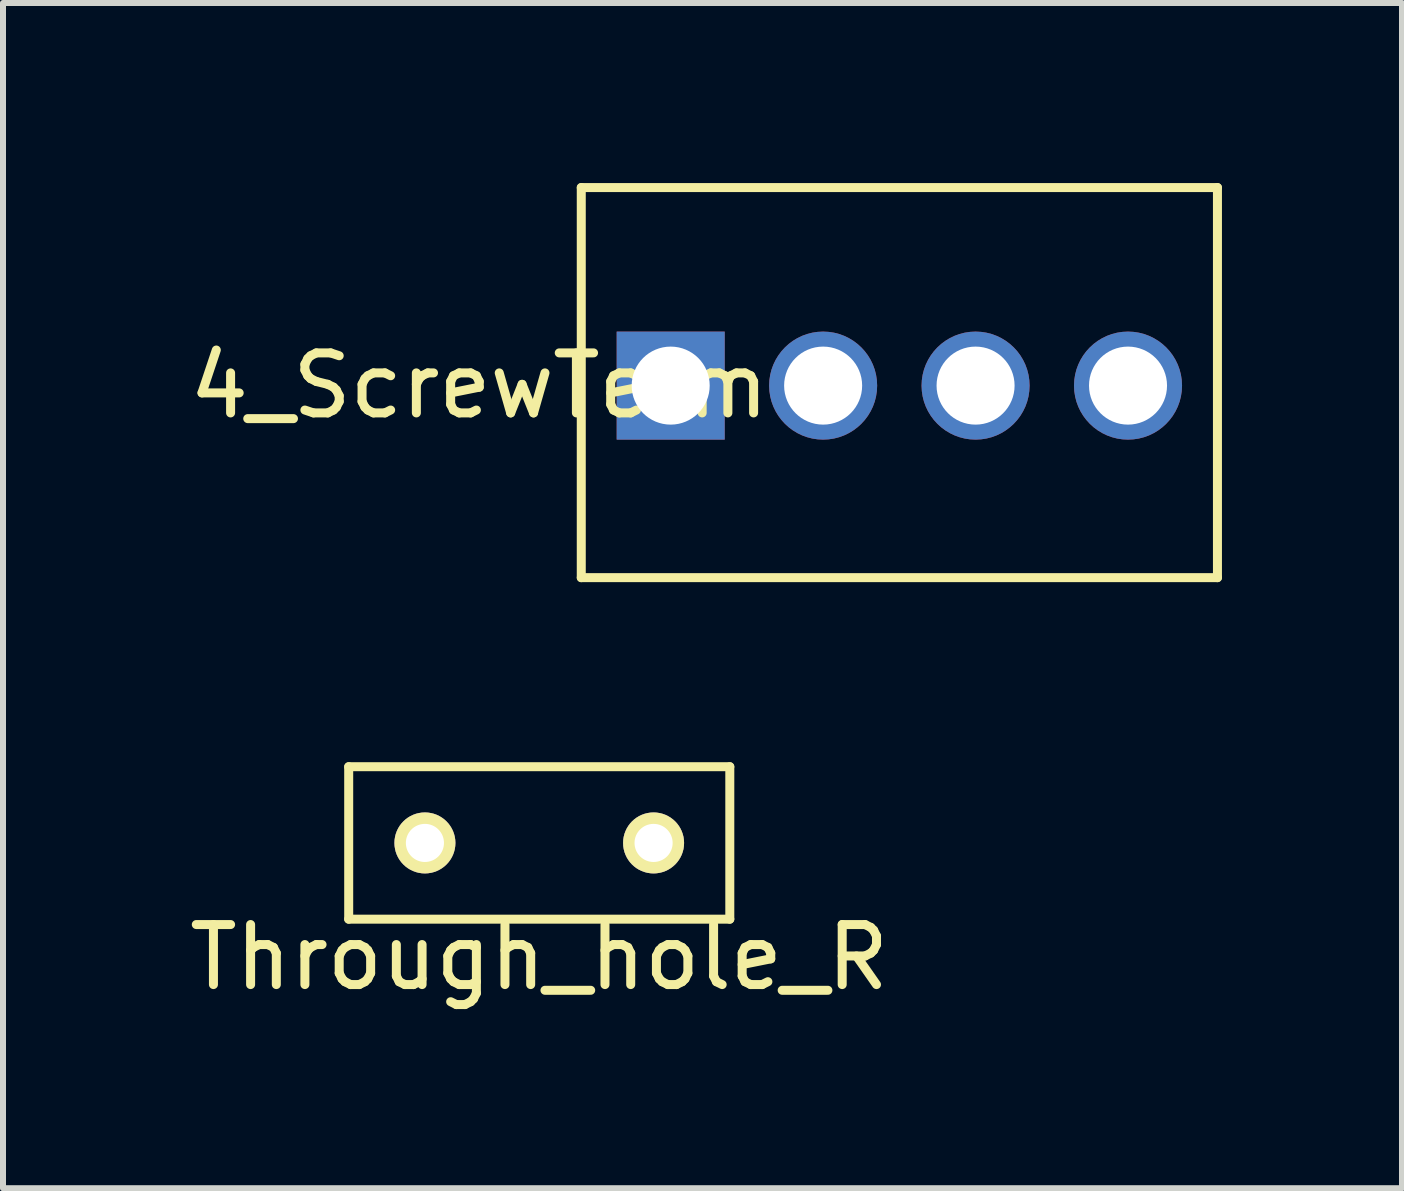
<source format=kicad_pcb>
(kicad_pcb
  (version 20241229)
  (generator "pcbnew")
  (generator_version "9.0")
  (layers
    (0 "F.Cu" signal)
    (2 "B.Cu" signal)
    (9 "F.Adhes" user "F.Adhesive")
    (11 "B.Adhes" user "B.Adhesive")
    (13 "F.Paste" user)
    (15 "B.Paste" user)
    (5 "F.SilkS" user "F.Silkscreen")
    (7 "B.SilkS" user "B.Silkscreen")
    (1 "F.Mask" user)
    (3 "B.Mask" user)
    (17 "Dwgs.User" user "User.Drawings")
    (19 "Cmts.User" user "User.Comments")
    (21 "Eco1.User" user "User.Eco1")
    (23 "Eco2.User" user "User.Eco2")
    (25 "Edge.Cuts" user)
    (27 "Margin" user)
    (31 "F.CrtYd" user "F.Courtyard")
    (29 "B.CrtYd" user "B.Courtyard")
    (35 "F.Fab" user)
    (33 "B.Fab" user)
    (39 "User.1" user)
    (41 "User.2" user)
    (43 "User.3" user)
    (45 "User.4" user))
  (footprint "Through_hole_R"
    (layer "F.Cu")
    (at 5.935 10.995)
    (property "Reference" "Through_hole_R" (at 0 1.905 0) (layer "F.SilkS") (effects (font (size 1 1) (thickness 0.15))))
    (attr through_hole)
    (fp_line (start -3.175 -1.27) (end 3.175 -1.27) (stroke (width 0.15) (type solid)) (layer "F.SilkS"))
    (fp_line (start -3.175 1.27) (end -3.175 -1.27) (stroke (width 0.15) (type solid)) (layer "F.SilkS"))
    (fp_line (start 3.175 -1.27) (end 3.175 1.27) (stroke (width 0.15) (type solid)) (layer "F.SilkS"))
    (fp_line (start 3.175 1.27) (end -3.175 1.27) (stroke (width 0.15) (type solid)) (layer "F.SilkS"))
    (pad "1" thru_hole circle (at 1.905 0) (size 1.016 1.016) (drill 0.635) (layers "*.Cu" "*.Mask" "F.SilkS"))
    (pad "2" thru_hole circle (at -1.905 0) (size 1.016 1.016) (drill 0.635) (layers "*.Cu" "*.Mask" "F.SilkS")))
  (footprint "4_ScrewTerm"
    (layer "F.Cu")
    (at 11.935 3.375)
    (property "Reference" "4_ScrewTerm" (at -7 0 0) (layer "F.SilkS") (effects (font (size 1 1) (thickness 0.15))))
    (attr through_hole)
    (fp_line (start -5.3 -3.3) (end -5.3 3.2) (stroke (width 0.15) (type solid)) (layer "F.SilkS"))
    (fp_line (start -5.3 -3.3) (end 5.3 -3.3) (stroke (width 0.15) (type solid)) (layer "F.SilkS"))
    (fp_line (start -5.3 3.2) (end 5.3 3.2) (stroke (width 0.15) (type solid)) (layer "F.SilkS"))
    (fp_line (start 5.3 -3.3) (end 5.3 3.2) (stroke (width 0.15) (type solid)) (layer "F.SilkS"))
    (pad "1" thru_hole rect (at -3.81 0) (size 1.8 1.8) (drill 1.3) (layers "*.Cu" "*.Mask"))
    (pad "2" thru_hole circle (at -1.27 0) (size 1.8 1.8) (drill 1.3) (layers "*.Cu" "*.Mask"))
    (pad "3" thru_hole circle (at 1.27 0) (size 1.8 1.8) (drill 1.3) (layers "*.Cu" "*.Mask"))
    (pad "4" thru_hole circle (at 3.81 0) (size 1.8 1.8) (drill 1.3) (layers "*.Cu" "*.Mask")))
  (gr_rect
    (start -3 -3)
    (end 20.31 16.748)
    (stroke (width 0.1) (type default))
    (fill no)
    (layer "Edge.Cuts")))
</source>
